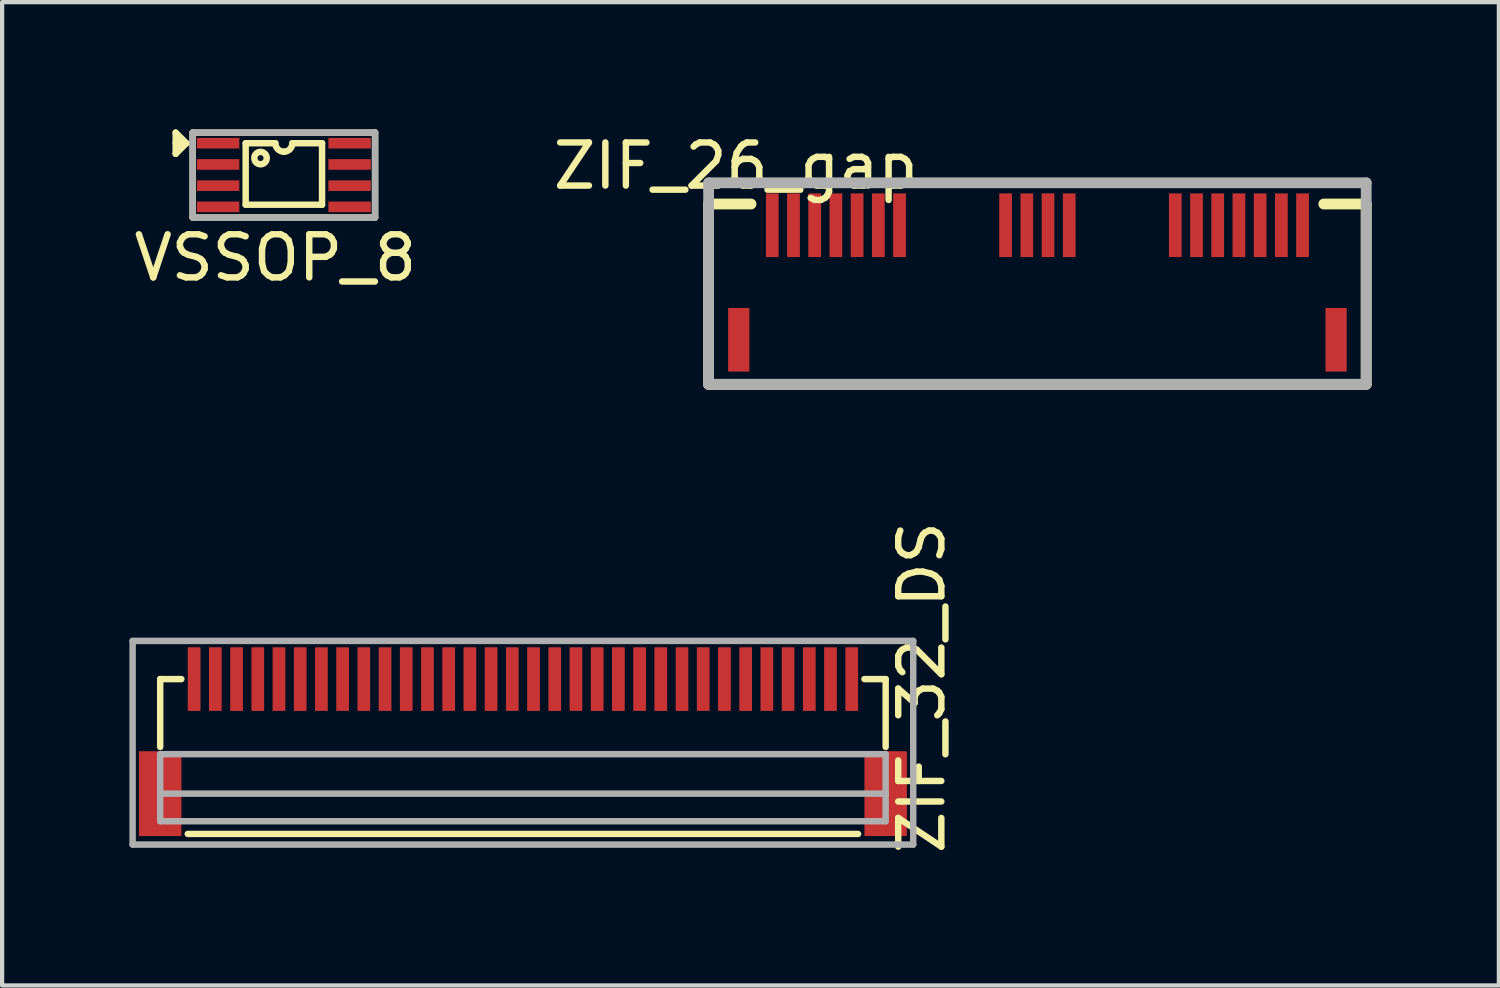
<source format=kicad_pcb>
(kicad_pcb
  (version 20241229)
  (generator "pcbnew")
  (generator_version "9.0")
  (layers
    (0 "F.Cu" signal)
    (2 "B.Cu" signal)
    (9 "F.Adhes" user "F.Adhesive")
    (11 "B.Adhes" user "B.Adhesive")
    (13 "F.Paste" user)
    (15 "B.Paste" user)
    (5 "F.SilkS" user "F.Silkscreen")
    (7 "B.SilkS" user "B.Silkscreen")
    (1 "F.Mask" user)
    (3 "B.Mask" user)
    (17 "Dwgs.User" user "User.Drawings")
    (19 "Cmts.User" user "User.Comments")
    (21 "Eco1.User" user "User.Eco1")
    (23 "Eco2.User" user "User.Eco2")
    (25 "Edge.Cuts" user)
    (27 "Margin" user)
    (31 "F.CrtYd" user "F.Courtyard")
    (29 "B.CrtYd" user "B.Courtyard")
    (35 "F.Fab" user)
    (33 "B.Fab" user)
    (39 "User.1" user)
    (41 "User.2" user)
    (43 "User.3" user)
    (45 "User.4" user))
  (footprint "ZIF_26_gap"
    (layer "F.Cu")
    (at 21.403 2.259)
    (property "Reference" "ZIF_26_gap" (at -7.112 -1.397 180) (layer "F.SilkS") (effects (font (size 1.016 1.016) (thickness 0.152))))
    (attr through_hole)
    (fp_line (start -7.75 -0.5) (end -7.75 3.75) (stroke (width 0.254) (type solid)) (layer "F.SilkS"))
    (fp_line (start -7.75 3.75) (end 7.75 3.75) (stroke (width 0.254) (type solid)) (layer "F.SilkS"))
    (fp_line (start -6.75 -0.5) (end -7.75 -0.5) (stroke (width 0.254) (type solid)) (layer "F.SilkS"))
    (fp_line (start 6.75 -0.5) (end 7.75 -0.5) (stroke (width 0.254) (type solid)) (layer "F.SilkS"))
    (fp_line (start 7.75 -0.5) (end 7.75 3.75) (stroke (width 0.254) (type solid)) (layer "F.SilkS"))
    (fp_line (start -7.75 -1) (end -7.75 3.75) (stroke (width 0.254) (type solid)) (layer "F.Fab"))
    (fp_line (start -7.75 3.75) (end 7.75 3.75) (stroke (width 0.254) (type solid)) (layer "F.Fab"))
    (fp_line (start 7.75 -1) (end -7.75 -1) (stroke (width 0.254) (type solid)) (layer "F.Fab"))
    (fp_line (start 7.75 3.75) (end 7.75 -1) (stroke (width 0.254) (type solid)) (layer "F.Fab"))
    (pad "1" smd rect (at -6.25 0 180) (size 0.3 1.5) (layers "F.Cu" "F.Mask" "F.Paste"))
    (pad "2" smd rect (at -5.75 0 180) (size 0.3 1.5) (layers "F.Cu" "F.Mask" "F.Paste"))
    (pad "3" smd rect (at -5.25 0 180) (size 0.3 1.5) (layers "F.Cu" "F.Mask" "F.Paste"))
    (pad "4" smd rect (at -4.75 0 180) (size 0.3 1.5) (layers "F.Cu" "F.Mask" "F.Paste"))
    (pad "5" smd rect (at -4.25 0 180) (size 0.3 1.5) (layers "F.Cu" "F.Mask" "F.Paste"))
    (pad "6" smd rect (at -3.75 0 180) (size 0.3 1.5) (layers "F.Cu" "F.Mask" "F.Paste"))
    (pad "7" smd rect (at -3.25 0 180) (size 0.3 1.5) (layers "F.Cu" "F.Mask" "F.Paste"))
    (pad "12" smd rect (at -0.75 0 180) (size 0.3 1.5) (layers "F.Cu" "F.Mask" "F.Paste"))
    (pad "13" smd rect (at -0.25 0 180) (size 0.3 1.5) (layers "F.Cu" "F.Mask" "F.Paste"))
    (pad "14" smd rect (at 0.25 0 180) (size 0.3 1.5) (layers "F.Cu" "F.Mask" "F.Paste"))
    (pad "15" smd rect (at 0.75 0 180) (size 0.3 1.5) (layers "F.Cu" "F.Mask" "F.Paste"))
    (pad "20" smd rect (at 3.25 0 180) (size 0.3 1.5) (layers "F.Cu" "F.Mask" "F.Paste"))
    (pad "21" smd rect (at 3.75 0 180) (size 0.3 1.5) (layers "F.Cu" "F.Mask" "F.Paste"))
    (pad "22" smd rect (at 4.25 0 180) (size 0.3 1.5) (layers "F.Cu" "F.Mask" "F.Paste"))
    (pad "23" smd rect (at 4.75 0 180) (size 0.3 1.5) (layers "F.Cu" "F.Mask" "F.Paste"))
    (pad "24" smd rect (at 5.25 0 180) (size 0.3 1.5) (layers "F.Cu" "F.Mask" "F.Paste"))
    (pad "25" smd rect (at 5.75 0 180) (size 0.3 1.5) (layers "F.Cu" "F.Mask" "F.Paste"))
    (pad "26" smd rect (at 6.25 0 180) (size 0.3 1.5) (layers "F.Cu" "F.Mask" "F.Paste"))
    (pad "~" smd rect (at -7.04 2.7) (size 0.5 1.5) (layers "F.Cu" "F.Mask" "F.Paste"))
    (pad "~" smd rect (at 7.04 2.7) (size 0.5 1.5) (layers "F.Cu" "F.Mask" "F.Paste")))
  (footprint "ZIF_32_DS"
    (layer "F.Cu")
    (at 9.276 12.957)
    (property "Reference" "ZIF_32_DS" (at 9.4 0.2 270) (layer "F.SilkS") (effects (font (size 1.016 1.016) (thickness 0.152))))
    (attr smd)
    (fp_line (start -8.55 0) (end -8.05 0) (stroke (width 0.152) (type solid)) (layer "F.SilkS"))
    (fp_line (start -8.55 1.6) (end -8.55 0) (stroke (width 0.152) (type solid)) (layer "F.SilkS"))
    (fp_line (start -7.9 3.65) (end 7.9 3.65) (stroke (width 0.152) (type solid)) (layer "F.SilkS"))
    (fp_line (start 8.55 0) (end 8.05 0) (stroke (width 0.152) (type solid)) (layer "F.SilkS"))
    (fp_line (start 8.55 1.6) (end 8.55 0) (stroke (width 0.152) (type solid)) (layer "F.SilkS"))
    (fp_line (start -9.2 -0.9) (end 9.2 -0.9) (stroke (width 0.152) (type solid)) (layer "F.Fab"))
    (fp_line (start -9.2 3.9) (end -9.2 -0.9) (stroke (width 0.152) (type solid)) (layer "F.Fab"))
    (fp_line (start -8.55 1.77) (end 8.55 1.77) (stroke (width 0.152) (type solid)) (layer "F.Fab"))
    (fp_line (start -8.55 2.7) (end 8.55 2.7) (stroke (width 0.152) (type solid)) (layer "F.Fab"))
    (fp_line (start -8.55 3.35) (end -8.55 1.77) (stroke (width 0.152) (type solid)) (layer "F.Fab"))
    (fp_line (start 8.55 1.77) (end 8.55 3.35) (stroke (width 0.152) (type solid)) (layer "F.Fab"))
    (fp_line (start 8.55 3.35) (end -8.55 3.35) (stroke (width 0.152) (type solid)) (layer "F.Fab"))
    (fp_line (start 9.2 3.9) (end -9.2 3.9) (stroke (width 0.152) (type solid)) (layer "F.Fab"))
    (fp_line (start 9.2 3.9) (end 9.2 -0.9) (stroke (width 0.152) (type solid)) (layer "F.Fab"))
    (pad "1" smd rect (at 7.75 0 180) (size 0.3 1.5) (layers "F.Cu" "F.Mask" "F.Paste"))
    (pad "2" smd rect (at 7.25 0 180) (size 0.3 1.5) (layers "F.Cu" "F.Mask" "F.Paste"))
    (pad "3" smd rect (at 6.75 0 180) (size 0.3 1.5) (layers "F.Cu" "F.Mask" "F.Paste"))
    (pad "4" smd rect (at 6.25 0 180) (size 0.3 1.5) (layers "F.Cu" "F.Mask" "F.Paste"))
    (pad "5" smd rect (at 5.75 0 180) (size 0.3 1.5) (layers "F.Cu" "F.Mask" "F.Paste"))
    (pad "6" smd rect (at 5.25 0 180) (size 0.3 1.5) (layers "F.Cu" "F.Mask" "F.Paste"))
    (pad "7" smd rect (at 4.75 0 180) (size 0.3 1.5) (layers "F.Cu" "F.Mask" "F.Paste"))
    (pad "8" smd rect (at 4.25 0 180) (size 0.3 1.5) (layers "F.Cu" "F.Mask" "F.Paste"))
    (pad "9" smd rect (at 3.75 0 180) (size 0.3 1.5) (layers "F.Cu" "F.Mask" "F.Paste"))
    (pad "10" smd rect (at 3.25 0 180) (size 0.3 1.5) (layers "F.Cu" "F.Mask" "F.Paste"))
    (pad "11" smd rect (at 2.75 0 180) (size 0.3 1.5) (layers "F.Cu" "F.Mask" "F.Paste"))
    (pad "12" smd rect (at 2.25 0 180) (size 0.3 1.5) (layers "F.Cu" "F.Mask" "F.Paste"))
    (pad "13" smd rect (at 1.75 0 180) (size 0.3 1.5) (layers "F.Cu" "F.Mask" "F.Paste"))
    (pad "14" smd rect (at 1.25 0 180) (size 0.3 1.5) (layers "F.Cu" "F.Mask" "F.Paste"))
    (pad "15" smd rect (at 0.75 0 180) (size 0.3 1.5) (layers "F.Cu" "F.Mask" "F.Paste"))
    (pad "16" smd rect (at 0.25 0 180) (size 0.3 1.5) (layers "F.Cu" "F.Mask" "F.Paste"))
    (pad "17" smd rect (at -0.25 0 180) (size 0.3 1.5) (layers "F.Cu" "F.Mask" "F.Paste"))
    (pad "18" smd rect (at -0.75 0 180) (size 0.3 1.5) (layers "F.Cu" "F.Mask" "F.Paste"))
    (pad "19" smd rect (at -1.25 0 180) (size 0.3 1.5) (layers "F.Cu" "F.Mask" "F.Paste"))
    (pad "20" smd rect (at -1.75 0 180) (size 0.3 1.5) (layers "F.Cu" "F.Mask" "F.Paste"))
    (pad "21" smd rect (at -2.25 0 180) (size 0.3 1.5) (layers "F.Cu" "F.Mask" "F.Paste"))
    (pad "22" smd rect (at -2.75 0 180) (size 0.3 1.5) (layers "F.Cu" "F.Mask" "F.Paste"))
    (pad "23" smd rect (at -3.25 0 180) (size 0.3 1.5) (layers "F.Cu" "F.Mask" "F.Paste"))
    (pad "24" smd rect (at -3.75 0 180) (size 0.3 1.5) (layers "F.Cu" "F.Mask" "F.Paste"))
    (pad "25" smd rect (at -4.25 0 180) (size 0.3 1.5) (layers "F.Cu" "F.Mask" "F.Paste"))
    (pad "26" smd rect (at -4.75 0 180) (size 0.3 1.5) (layers "F.Cu" "F.Mask" "F.Paste"))
    (pad "27" smd rect (at -5.25 0 180) (size 0.3 1.5) (layers "F.Cu" "F.Mask" "F.Paste"))
    (pad "28" smd rect (at -5.75 0 180) (size 0.3 1.5) (layers "F.Cu" "F.Mask" "F.Paste"))
    (pad "29" smd rect (at -6.25 0 180) (size 0.3 1.5) (layers "F.Cu" "F.Mask" "F.Paste"))
    (pad "30" smd rect (at -6.75 0 180) (size 0.3 1.5) (layers "F.Cu" "F.Mask" "F.Paste"))
    (pad "31" smd rect (at -7.25 0 180) (size 0.3 1.5) (layers "F.Cu" "F.Mask" "F.Paste"))
    (pad "32" smd rect (at -7.75 0 180) (size 0.3 1.5) (layers "F.Cu" "F.Mask" "F.Paste"))
    (pad "~" smd rect (at -8.55 2.7) (size 1 2) (layers "F.Cu" "F.Mask" "F.Paste"))
    (pad "~" smd rect (at 8.55 2.7) (size 1 2) (layers "F.Cu" "F.Mask" "F.Paste")))
  (footprint "VSSOP_8"
    (layer "F.Cu")
    (at 2.091 0.326)
    (property "Reference" "VSSOP_8" (at 1.35 2.7 0) (layer "F.SilkS") (effects (font (size 1.016 1.016) (thickness 0.152))))
    (attr through_hole)
    (fp_line (start -1 0) (end -0.75 0) (stroke (width 0.152) (type solid)) (layer "F.SilkS"))
    (fp_line (start -1 0.25) (end -1 -0.25) (stroke (width 0.152) (type solid)) (layer "F.SilkS"))
    (fp_line (start -0.75 0) (end -1 -0.25) (stroke (width 0.152) (type solid)) (layer "F.SilkS"))
    (fp_line (start -0.75 0) (end -1 0.25) (stroke (width 0.152) (type solid)) (layer "F.SilkS"))
    (fp_line (start -0.6 -0.25) (end 3.7 -0.25) (stroke (width 0.152) (type solid)) (layer "F.SilkS"))
    (fp_line (start -0.6 1.75) (end -0.6 -0.25) (stroke (width 0.152) (type solid)) (layer "F.SilkS"))
    (fp_line (start 0.65 0) (end 0.65 1.45) (stroke (width 0.152) (type solid)) (layer "F.SilkS"))
    (fp_line (start 0.65 1.45) (end 2.45 1.45) (stroke (width 0.152) (type solid)) (layer "F.SilkS"))
    (fp_line (start 1.35 0) (end 0.65 0) (stroke (width 0.152) (type solid)) (layer "F.SilkS"))
    (fp_line (start 2.45 0) (end 1.75 0) (stroke (width 0.152) (type solid)) (layer "F.SilkS"))
    (fp_line (start 2.45 1.45) (end 2.45 0) (stroke (width 0.152) (type solid)) (layer "F.SilkS"))
    (fp_line (start 3.7 1.75) (end -0.6 1.75) (stroke (width 0.152) (type solid)) (layer "F.SilkS"))
    (fp_line (start 3.7 1.75) (end 3.7 -0.25) (stroke (width 0.152) (type solid)) (layer "F.SilkS"))
    (fp_arc (start 1.55 0.2) (mid 1.408579 0.141421) (end 1.35 0) (stroke (width 0.1524) (type solid)) (layer "F.SilkS"))
    (fp_arc (start 1.75 0) (mid 1.691421 0.141421) (end 1.55 0.2) (stroke (width 0.1524) (type solid)) (layer "F.SilkS"))
    (fp_circle (center 1 0.35) (end 1.05 0.4) (stroke (width 0.152) (type solid)) (fill no) (layer "F.SilkS"))
    (fp_line (start -0.6 -0.25) (end 3.7 -0.25) (stroke (width 0.152) (type solid)) (layer "F.Fab"))
    (fp_line (start -0.6 1.75) (end -0.6 -0.25) (stroke (width 0.152) (type solid)) (layer "F.Fab"))
    (fp_line (start 3.7 -0.25) (end 3.7 1.75) (stroke (width 0.152) (type solid)) (layer "F.Fab"))
    (fp_line (start 3.7 1.75) (end -0.6 1.75) (stroke (width 0.152) (type solid)) (layer "F.Fab"))
    (pad "1" smd rect (at 0 0) (size 1 0.25) (layers "F.Cu" "F.Mask" "F.Paste"))
    (pad "2" smd rect (at 0 0.5) (size 1 0.25) (layers "F.Cu" "F.Mask" "F.Paste"))
    (pad "3" smd rect (at 0 1) (size 1 0.25) (layers "F.Cu" "F.Mask" "F.Paste"))
    (pad "4" smd rect (at 0 1.5) (size 1 0.25) (layers "F.Cu" "F.Mask" "F.Paste"))
    (pad "5" smd rect (at 3.1 1.5) (size 1 0.25) (layers "F.Cu" "F.Mask" "F.Paste"))
    (pad "6" smd rect (at 3.1 1) (size 1 0.25) (layers "F.Cu" "F.Mask" "F.Paste"))
    (pad "7" smd rect (at 3.1 0.5) (size 1 0.25) (layers "F.Cu" "F.Mask" "F.Paste"))
    (pad "8" smd rect (at 3.1 0) (size 1 0.25) (layers "F.Cu" "F.Mask" "F.Paste")))
  (gr_rect
    (start -3 -3)
    (end 32.28 20.179)
    (stroke (width 0.1) (type default))
    (fill no)
    (layer "Edge.Cuts")))
</source>
